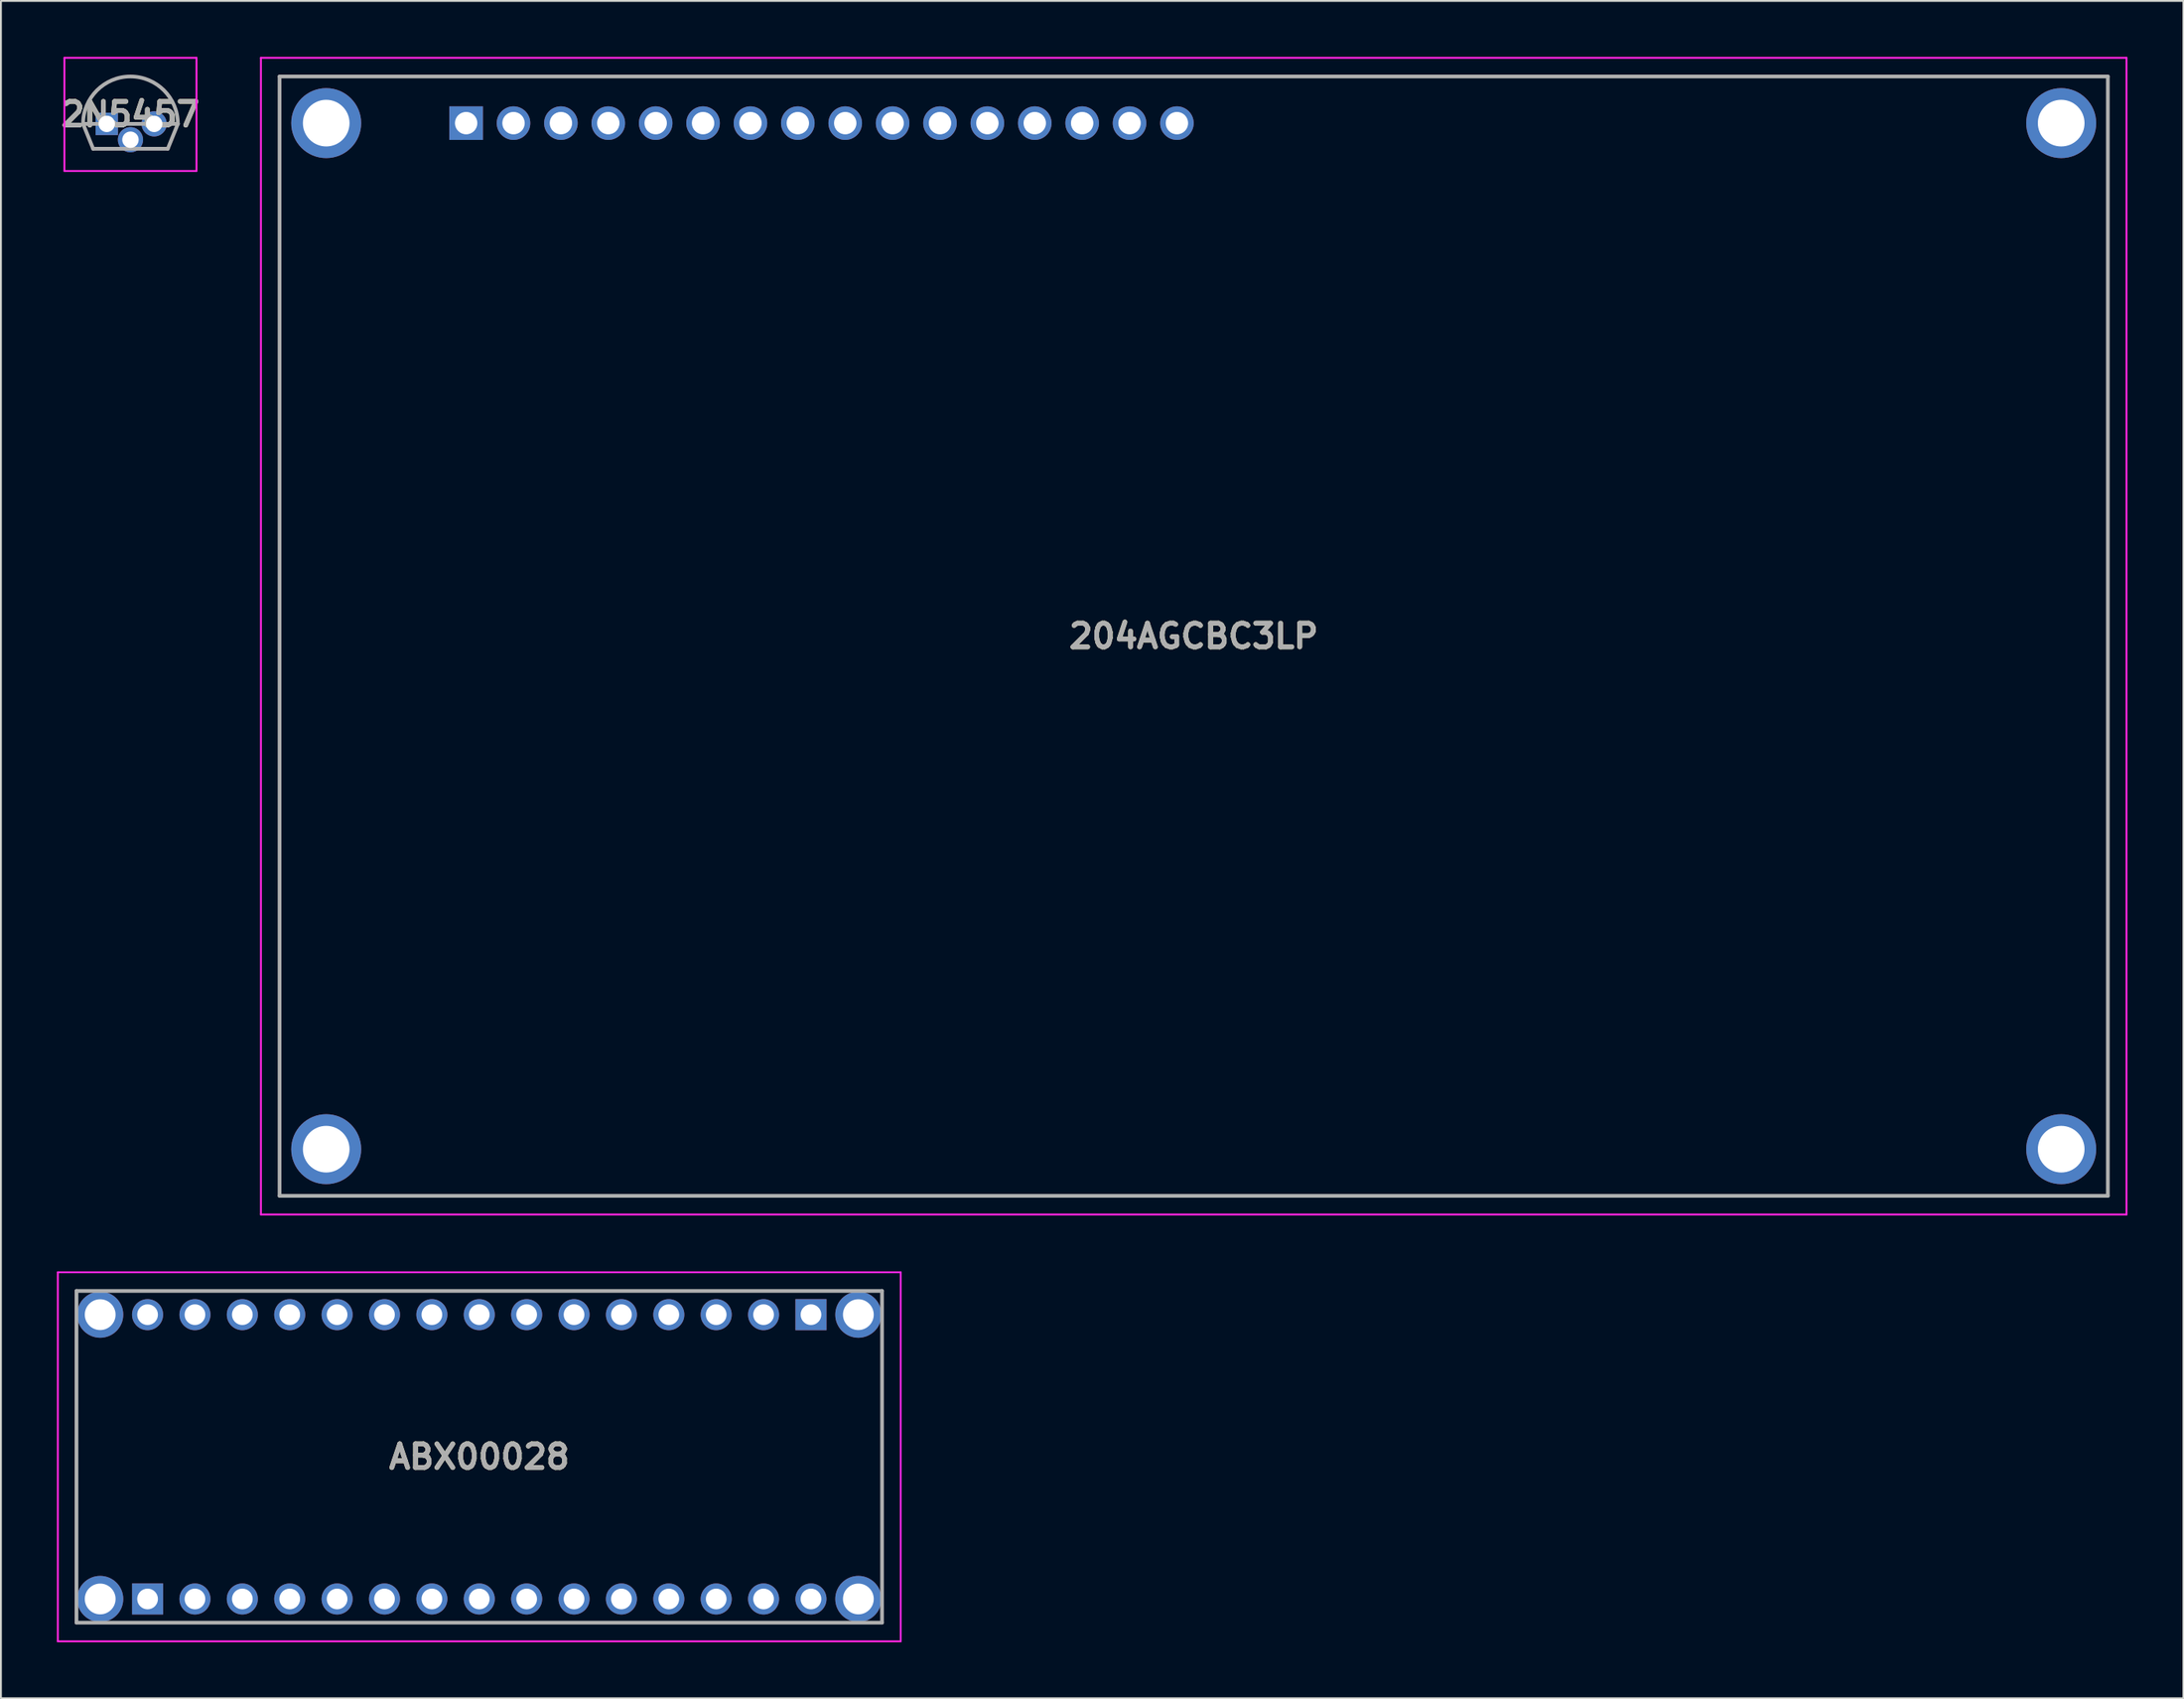
<source format=kicad_pcb>
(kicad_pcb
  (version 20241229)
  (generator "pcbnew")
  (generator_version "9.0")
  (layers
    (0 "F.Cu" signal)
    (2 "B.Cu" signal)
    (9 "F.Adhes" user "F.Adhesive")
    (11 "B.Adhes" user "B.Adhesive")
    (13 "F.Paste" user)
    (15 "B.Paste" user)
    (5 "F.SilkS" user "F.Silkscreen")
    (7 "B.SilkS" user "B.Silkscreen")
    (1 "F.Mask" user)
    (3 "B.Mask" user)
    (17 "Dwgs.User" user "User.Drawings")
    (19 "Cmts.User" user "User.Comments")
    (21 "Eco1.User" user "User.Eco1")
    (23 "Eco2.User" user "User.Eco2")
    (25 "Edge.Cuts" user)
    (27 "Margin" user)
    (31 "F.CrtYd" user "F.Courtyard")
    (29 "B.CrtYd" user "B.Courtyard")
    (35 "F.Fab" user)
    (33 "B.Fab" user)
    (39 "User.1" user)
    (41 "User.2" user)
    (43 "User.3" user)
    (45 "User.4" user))
  (footprint "ABX00028"
    (layer "F.Cu")
    (at 4.86 82.66)
    (property "Reference" "ABX00028" (at 17.78 -7.62 0) (layer "F.SilkS") (effects (font (size 1.27 1.27) (thickness 0.254))))
    (attr through_hole)
    (fp_line (start -3.81 -13.62) (end -3.81 -1.62) (stroke (width 0.1) (type solid)) (layer "F.SilkS"))
    (fp_line (start -1.22 -16.51) (end 36.78 -16.51) (stroke (width 0.1) (type solid)) (layer "F.SilkS"))
    (fp_line (start -1.22 1.27) (end 36.78 1.27) (stroke (width 0.1) (type solid)) (layer "F.SilkS"))
    (fp_line (start 39.37 -13.62) (end 39.37 -1.62) (stroke (width 0.1) (type solid)) (layer "F.SilkS"))
    (fp_line (start -4.81 -17.51) (end 40.37 -17.51) (stroke (width 0.1) (type solid)) (layer "F.CrtYd"))
    (fp_line (start -4.81 2.27) (end -4.81 -17.51) (stroke (width 0.1) (type solid)) (layer "F.CrtYd"))
    (fp_line (start 40.37 -17.51) (end 40.37 2.27) (stroke (width 0.1) (type solid)) (layer "F.CrtYd"))
    (fp_line (start 40.37 2.27) (end -4.81 2.27) (stroke (width 0.1) (type solid)) (layer "F.CrtYd"))
    (fp_line (start -3.81 -16.51) (end -3.81 1.27) (stroke (width 0.2) (type solid)) (layer "F.Fab"))
    (fp_line (start -3.81 1.27) (end 39.37 1.27) (stroke (width 0.2) (type solid)) (layer "F.Fab"))
    (fp_line (start 39.37 -16.51) (end -3.81 -16.51) (stroke (width 0.2) (type solid)) (layer "F.Fab"))
    (fp_line (start 39.37 1.27) (end 39.37 -16.51) (stroke (width 0.2) (type solid)) (layer "F.Fab"))
    (fp_text user "${REFERENCE}" (at 17.78 -7.62 0) (layer "F.Fab") (effects (font (size 1.27 1.27) (thickness 0.254))))
    (pad "A1" thru_hole rect (at 0 0) (size 1.665 1.665) (drill 1.11) (layers "*.Cu" "*.Mask"))
    (pad "A2" thru_hole circle (at 2.54 0) (size 1.665 1.665) (drill 1.11) (layers "*.Cu" "*.Mask"))
    (pad "A3" thru_hole circle (at 5.08 0) (size 1.665 1.665) (drill 1.11) (layers "*.Cu" "*.Mask"))
    (pad "A4" thru_hole circle (at 7.62 0) (size 1.665 1.665) (drill 1.11) (layers "*.Cu" "*.Mask"))
    (pad "A5" thru_hole circle (at 10.16 0) (size 1.665 1.665) (drill 1.11) (layers "*.Cu" "*.Mask"))
    (pad "A6" thru_hole circle (at 12.7 0) (size 1.665 1.665) (drill 1.11) (layers "*.Cu" "*.Mask"))
    (pad "A7" thru_hole circle (at 15.24 0) (size 1.665 1.665) (drill 1.11) (layers "*.Cu" "*.Mask"))
    (pad "A8" thru_hole circle (at 17.78 0) (size 1.665 1.665) (drill 1.11) (layers "*.Cu" "*.Mask"))
    (pad "A9" thru_hole circle (at 20.32 0) (size 1.665 1.665) (drill 1.11) (layers "*.Cu" "*.Mask"))
    (pad "A10" thru_hole circle (at 22.86 0) (size 1.665 1.665) (drill 1.11) (layers "*.Cu" "*.Mask"))
    (pad "A11" thru_hole circle (at 25.4 0) (size 1.665 1.665) (drill 1.11) (layers "*.Cu" "*.Mask"))
    (pad "A12" thru_hole circle (at 27.94 0) (size 1.665 1.665) (drill 1.11) (layers "*.Cu" "*.Mask"))
    (pad "A13" thru_hole circle (at 30.48 0) (size 1.665 1.665) (drill 1.11) (layers "*.Cu" "*.Mask"))
    (pad "A14" thru_hole circle (at 33.02 0) (size 1.665 1.665) (drill 1.11) (layers "*.Cu" "*.Mask"))
    (pad "A15" thru_hole circle (at 35.56 0) (size 1.665 1.665) (drill 1.11) (layers "*.Cu" "*.Mask"))
    (pad "B1" thru_hole rect (at 35.56 -15.24) (size 1.665 1.665) (drill 1.11) (layers "*.Cu" "*.Mask"))
    (pad "B2" thru_hole circle (at 33.02 -15.24) (size 1.665 1.665) (drill 1.11) (layers "*.Cu" "*.Mask"))
    (pad "B3" thru_hole circle (at 30.48 -15.24) (size 1.665 1.665) (drill 1.11) (layers "*.Cu" "*.Mask"))
    (pad "B4" thru_hole circle (at 27.94 -15.24) (size 1.665 1.665) (drill 1.11) (layers "*.Cu" "*.Mask"))
    (pad "B5" thru_hole circle (at 25.4 -15.24) (size 1.665 1.665) (drill 1.11) (layers "*.Cu" "*.Mask"))
    (pad "B6" thru_hole circle (at 22.86 -15.24) (size 1.665 1.665) (drill 1.11) (layers "*.Cu" "*.Mask"))
    (pad "B7" thru_hole circle (at 20.32 -15.24) (size 1.665 1.665) (drill 1.11) (layers "*.Cu" "*.Mask"))
    (pad "B8" thru_hole circle (at 17.78 -15.24) (size 1.665 1.665) (drill 1.11) (layers "*.Cu" "*.Mask"))
    (pad "B9" thru_hole circle (at 15.24 -15.24) (size 1.665 1.665) (drill 1.11) (layers "*.Cu" "*.Mask"))
    (pad "B10" thru_hole circle (at 12.7 -15.24) (size 1.665 1.665) (drill 1.11) (layers "*.Cu" "*.Mask"))
    (pad "B11" thru_hole circle (at 10.16 -15.24) (size 1.665 1.665) (drill 1.11) (layers "*.Cu" "*.Mask"))
    (pad "B12" thru_hole circle (at 7.62 -15.24) (size 1.665 1.665) (drill 1.11) (layers "*.Cu" "*.Mask"))
    (pad "B13" thru_hole circle (at 5.08 -15.24) (size 1.665 1.665) (drill 1.11) (layers "*.Cu" "*.Mask"))
    (pad "B14" thru_hole circle (at 2.54 -15.24) (size 1.665 1.665) (drill 1.11) (layers "*.Cu" "*.Mask"))
    (pad "B15" thru_hole circle (at 0 -15.24) (size 1.665 1.665) (drill 1.11) (layers "*.Cu" "*.Mask"))
    (pad "MH1" thru_hole circle (at -2.54 0) (size 2.475 2.475) (drill 1.65) (layers "*.Cu" "*.Mask"))
    (pad "MH2" thru_hole circle (at -2.54 -15.24) (size 2.475 2.475) (drill 1.65) (layers "*.Cu" "*.Mask"))
    (pad "MH3" thru_hole circle (at 38.1 -15.24) (size 2.475 2.475) (drill 1.65) (layers "*.Cu" "*.Mask"))
    (pad "MH4" thru_hole circle (at 38.1 0) (size 2.475 2.475) (drill 1.65) (layers "*.Cu" "*.Mask")))
  (footprint "204AGCBC3LP"
    (layer "F.Cu")
    (at 21.936 3.55)
    (property "Reference" "204AGCBC3LP" (at 39 27.5 0) (layer "F.SilkS") (effects (font (size 1.27 1.27) (thickness 0.254))))
    (attr through_hole)
    (fp_line (start -10 -2.5) (end 88 -2.5) (stroke (width 0.1) (type solid)) (layer "F.SilkS"))
    (fp_line (start -10 57.5) (end -10 -2.5) (stroke (width 0.1) (type solid)) (layer "F.SilkS"))
    (fp_line (start 88 -2.5) (end 88 57.5) (stroke (width 0.1) (type solid)) (layer "F.SilkS"))
    (fp_line (start 88 57.5) (end -10 57.5) (stroke (width 0.1) (type solid)) (layer "F.SilkS"))
    (fp_line (start -11 -3.5) (end 89 -3.5) (stroke (width 0.1) (type solid)) (layer "F.CrtYd"))
    (fp_line (start -11 58.5) (end -11 -3.5) (stroke (width 0.1) (type solid)) (layer "F.CrtYd"))
    (fp_line (start 89 -3.5) (end 89 58.5) (stroke (width 0.1) (type solid)) (layer "F.CrtYd"))
    (fp_line (start 89 58.5) (end -11 58.5) (stroke (width 0.1) (type solid)) (layer "F.CrtYd"))
    (fp_line (start -10 -2.5) (end -10 57.5) (stroke (width 0.2) (type solid)) (layer "F.Fab"))
    (fp_line (start -10 57.5) (end 88 57.5) (stroke (width 0.2) (type solid)) (layer "F.Fab"))
    (fp_line (start 88 -2.5) (end -10 -2.5) (stroke (width 0.2) (type solid)) (layer "F.Fab"))
    (fp_line (start 88 57.5) (end 88 -2.5) (stroke (width 0.2) (type solid)) (layer "F.Fab"))
    (fp_text user "${REFERENCE}" (at 39 27.5 0) (layer "F.Fab") (effects (font (size 1.27 1.27) (thickness 0.254))))
    (pad "1" thru_hole rect (at 0 0) (size 1.8 1.8) (drill 1.2) (layers "*.Cu" "*.Mask"))
    (pad "2" thru_hole circle (at 2.54 0) (size 1.8 1.8) (drill 1.2) (layers "*.Cu" "*.Mask"))
    (pad "3" thru_hole circle (at 5.08 0) (size 1.8 1.8) (drill 1.2) (layers "*.Cu" "*.Mask"))
    (pad "4" thru_hole circle (at 7.62 0) (size 1.8 1.8) (drill 1.2) (layers "*.Cu" "*.Mask"))
    (pad "5" thru_hole circle (at 10.16 0) (size 1.8 1.8) (drill 1.2) (layers "*.Cu" "*.Mask"))
    (pad "6" thru_hole circle (at 12.7 0) (size 1.8 1.8) (drill 1.2) (layers "*.Cu" "*.Mask"))
    (pad "7" thru_hole circle (at 15.24 0) (size 1.8 1.8) (drill 1.2) (layers "*.Cu" "*.Mask"))
    (pad "8" thru_hole circle (at 17.78 0) (size 1.8 1.8) (drill 1.2) (layers "*.Cu" "*.Mask"))
    (pad "9" thru_hole circle (at 20.32 0) (size 1.8 1.8) (drill 1.2) (layers "*.Cu" "*.Mask"))
    (pad "10" thru_hole circle (at 22.86 0) (size 1.8 1.8) (drill 1.2) (layers "*.Cu" "*.Mask"))
    (pad "11" thru_hole circle (at 25.4 0) (size 1.8 1.8) (drill 1.2) (layers "*.Cu" "*.Mask"))
    (pad "12" thru_hole circle (at 27.94 0) (size 1.8 1.8) (drill 1.2) (layers "*.Cu" "*.Mask"))
    (pad "13" thru_hole circle (at 30.48 0) (size 1.8 1.8) (drill 1.2) (layers "*.Cu" "*.Mask"))
    (pad "14" thru_hole circle (at 33.02 0) (size 1.8 1.8) (drill 1.2) (layers "*.Cu" "*.Mask"))
    (pad "15" thru_hole circle (at 35.56 0) (size 1.8 1.8) (drill 1.2) (layers "*.Cu" "*.Mask"))
    (pad "16" thru_hole circle (at 38.1 0) (size 1.8 1.8) (drill 1.2) (layers "*.Cu" "*.Mask"))
    (pad "MH1" thru_hole circle (at -7.5 0) (size 3.75 3.75) (drill 2.5) (layers "*.Cu" "*.Mask"))
    (pad "MH2" thru_hole circle (at 85.5 0) (size 3.75 3.75) (drill 2.5) (layers "*.Cu" "*.Mask"))
    (pad "MH3" thru_hole circle (at 85.5 55) (size 3.75 3.75) (drill 2.5) (layers "*.Cu" "*.Mask"))
    (pad "MH4" thru_hole circle (at -7.5 55) (size 3.75 3.75) (drill 2.5) (layers "*.Cu" "*.Mask")))
  (footprint "2N5457"
    (layer "F.Cu")
    (at 2.673 3.59)
    (property "Reference" "2N5457" (at 1.27 -0.508 0) (layer "F.SilkS") (effects (font (size 1.27 1.27) (thickness 0.254))))
    (attr through_hole)
    (fp_line (start -1.27 0) (end -0.73 1.335) (stroke (width 0.1) (type solid)) (layer "F.SilkS"))
    (fp_line (start -0.73 1.335) (end -0.23 1.335) (stroke (width 0.1) (type solid)) (layer "F.SilkS"))
    (fp_line (start 3.27 1.335) (end 2.77 1.335) (stroke (width 0.1) (type solid)) (layer "F.SilkS"))
    (fp_line (start 3.81 0) (end 3.27 1.335) (stroke (width 0.1) (type solid)) (layer "F.SilkS"))
    (fp_line (start -2.27 -3.54) (end -2.27 2.525) (stroke (width 0.1) (type solid)) (layer "F.CrtYd"))
    (fp_line (start -2.27 2.525) (end 4.81 2.525) (stroke (width 0.1) (type solid)) (layer "F.CrtYd"))
    (fp_line (start 4.81 -3.54) (end -2.27 -3.54) (stroke (width 0.1) (type solid)) (layer "F.CrtYd"))
    (fp_line (start 4.81 2.525) (end 4.81 -3.54) (stroke (width 0.1) (type solid)) (layer "F.CrtYd"))
    (fp_line (start -1.27 0) (end -0.73 1.335) (stroke (width 0.2) (type solid)) (layer "F.Fab"))
    (fp_line (start -1.27 0) (end 3.81 0) (stroke (width 0.2) (type solid)) (layer "F.Fab"))
    (fp_line (start -0.73 1.335) (end 3.27 1.335) (stroke (width 0.2) (type solid)) (layer "F.Fab"))
    (fp_line (start 3.27 1.335) (end 3.81 0) (stroke (width 0.2) (type solid)) (layer "F.Fab"))
    (fp_line (start 3.81 0) (end 3.81 0) (stroke (width 0.2) (type solid)) (layer "F.Fab"))
    (fp_arc (start -1.27 0) (mid 1.27 -2.54) (end 3.81 0) (stroke (width 0.2) (type solid)) (layer "F.Fab"))
    (fp_text user "${REFERENCE}" (at 1.27 -0.508 0) (layer "F.Fab") (effects (font (size 1.27 1.27) (thickness 0.254))))
    (pad "1" thru_hole rect (at 0 0) (size 1.2 1.2) (drill 0.88) (layers "*.Cu" "*.Mask"))
    (pad "2" thru_hole circle (at 1.27 0.85) (size 1.35 1.35) (drill 0.88) (layers "*.Cu" "*.Mask"))
    (pad "3" thru_hole circle (at 2.54 0) (size 1.35 1.35) (drill 0.88) (layers "*.Cu" "*.Mask")))
  (gr_rect
    (start -3 -3)
    (end 113.986 87.98)
    (stroke (width 0.1) (type default))
    (fill no)
    (layer "Edge.Cuts")))
</source>
